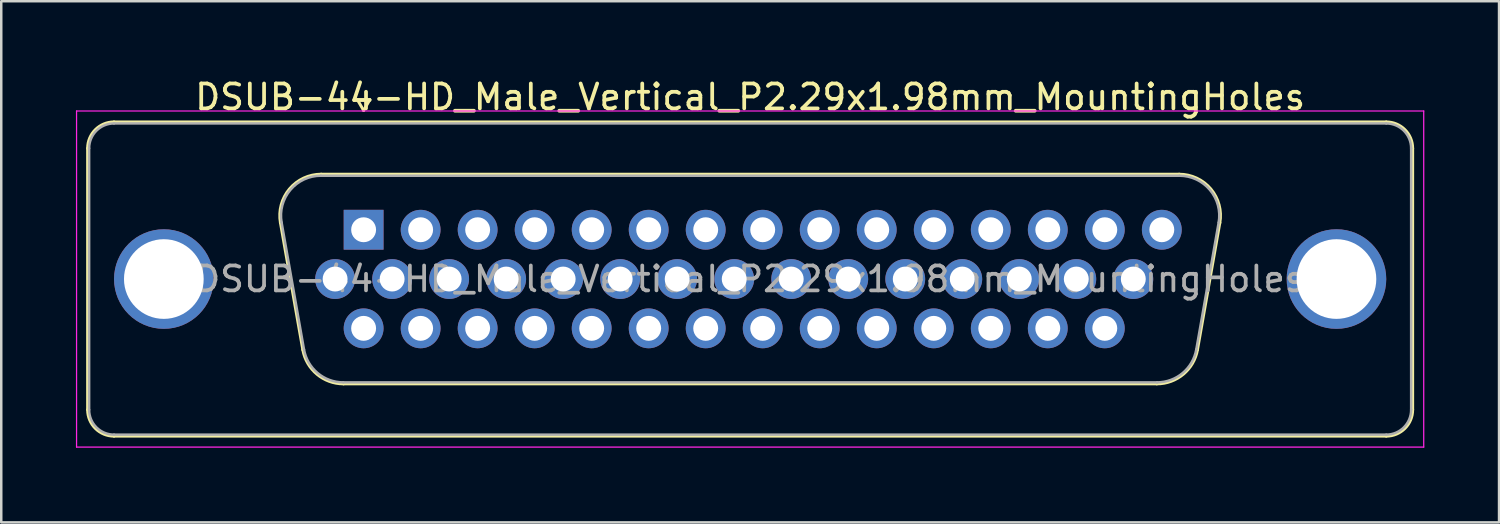
<source format=kicad_pcb>
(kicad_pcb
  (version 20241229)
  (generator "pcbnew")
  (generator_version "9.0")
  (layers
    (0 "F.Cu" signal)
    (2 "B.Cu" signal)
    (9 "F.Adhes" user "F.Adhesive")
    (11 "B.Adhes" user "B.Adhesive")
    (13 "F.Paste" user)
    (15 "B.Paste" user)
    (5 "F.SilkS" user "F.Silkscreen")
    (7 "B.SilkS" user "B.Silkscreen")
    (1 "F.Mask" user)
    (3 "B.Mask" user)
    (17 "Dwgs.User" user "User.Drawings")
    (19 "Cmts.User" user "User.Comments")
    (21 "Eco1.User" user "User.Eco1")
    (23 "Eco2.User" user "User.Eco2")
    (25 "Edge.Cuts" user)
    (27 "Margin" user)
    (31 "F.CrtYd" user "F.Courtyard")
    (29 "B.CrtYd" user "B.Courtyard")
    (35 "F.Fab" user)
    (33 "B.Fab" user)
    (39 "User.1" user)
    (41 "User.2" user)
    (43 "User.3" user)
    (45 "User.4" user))
  (footprint "DSUB-44-HD_Male_Vertical_P2.29x1.98mm_MountingHoles"
    (layer "F.Cu")
    (at 11.555 6.178)
    (property "Reference" "DSUB-44-HD_Male_Vertical_P2.29x1.98mm_MountingHoles" (at 15.525 -5.33 0) (layer "F.SilkS") (effects (font (size 1 1) (thickness 0.15))))
    (attr through_hole)
    (fp_line (start -11.085 7.23) (end -11.085 -3.27) (stroke (width 0.12) (type solid)) (layer "F.SilkS"))
    (fp_line (start -10.025 -4.33) (end 41.075 -4.33) (stroke (width 0.12) (type solid)) (layer "F.SilkS"))
    (fp_line (start -3.341 -0.282) (end -2.442 4.818) (stroke (width 0.12) (type solid)) (layer "F.SilkS"))
    (fp_line (start -1.707 -2.23) (end 32.757 -2.23) (stroke (width 0.12) (type solid)) (layer "F.SilkS"))
    (fp_line (start -0.807 6.19) (end 31.857 6.19) (stroke (width 0.12) (type solid)) (layer "F.SilkS"))
    (fp_line (start -0.25 -5.224) (end 0.25 -5.224) (stroke (width 0.12) (type solid)) (layer "F.SilkS"))
    (fp_line (start 0 -4.791) (end -0.25 -5.224) (stroke (width 0.12) (type solid)) (layer "F.SilkS"))
    (fp_line (start 0.25 -5.224) (end 0 -4.791) (stroke (width 0.12) (type solid)) (layer "F.SilkS"))
    (fp_line (start 34.391 -0.282) (end 33.492 4.818) (stroke (width 0.12) (type solid)) (layer "F.SilkS"))
    (fp_line (start 41.075 8.29) (end -10.025 8.29) (stroke (width 0.12) (type solid)) (layer "F.SilkS"))
    (fp_line (start 42.135 -3.27) (end 42.135 7.23) (stroke (width 0.12) (type solid)) (layer "F.SilkS"))
    (fp_arc (start -11.085 -3.27) (mid -10.774533 -4.019533) (end -10.025 -4.33) (stroke (width 0.12) (type solid)) (layer "F.SilkS"))
    (fp_arc (start -10.025 8.29) (mid -10.774533 7.979533) (end -11.085 7.23) (stroke (width 0.12) (type solid)) (layer "F.SilkS"))
    (fp_arc (start -3.34147 -0.281744) (mid -2.978323 -1.637027) (end -1.706689 -2.23) (stroke (width 0.12) (type solid)) (layer "F.SilkS"))
    (fp_arc (start -0.807421 6.19) (mid -1.874449 5.801634) (end -2.442202 4.818256) (stroke (width 0.12) (type solid)) (layer "F.SilkS"))
    (fp_arc (start 32.756689 -2.23) (mid 34.028323 -1.637027) (end 34.39147 -0.281744) (stroke (width 0.12) (type solid)) (layer "F.SilkS"))
    (fp_arc (start 33.492202 4.818256) (mid 32.924449 5.801634) (end 31.857421 6.19) (stroke (width 0.12) (type solid)) (layer "F.SilkS"))
    (fp_arc (start 41.075 -4.33) (mid 41.824533 -4.019533) (end 42.135 -3.27) (stroke (width 0.12) (type solid)) (layer "F.SilkS"))
    (fp_arc (start 42.135 7.23) (mid 41.824533 7.979533) (end 41.075 8.29) (stroke (width 0.12) (type solid)) (layer "F.SilkS"))
    (fp_line (start -11.53 -4.77) (end -11.53 8.73) (stroke (width 0.05) (type solid)) (layer "F.CrtYd"))
    (fp_line (start -11.53 8.73) (end 42.58 8.73) (stroke (width 0.05) (type solid)) (layer "F.CrtYd"))
    (fp_line (start 42.58 -4.77) (end -11.53 -4.77) (stroke (width 0.05) (type solid)) (layer "F.CrtYd"))
    (fp_line (start 42.58 8.73) (end 42.58 -4.77) (stroke (width 0.05) (type solid)) (layer "F.CrtYd"))
    (fp_line (start -11.025 7.23) (end -11.025 -3.27) (stroke (width 0.1) (type solid)) (layer "F.Fab"))
    (fp_line (start -10.025 -4.27) (end 41.075 -4.27) (stroke (width 0.1) (type solid)) (layer "F.Fab"))
    (fp_line (start -3.294 -0.292) (end -2.395 4.808) (stroke (width 0.1) (type solid)) (layer "F.Fab"))
    (fp_line (start -1.718 -2.17) (end 32.768 -2.17) (stroke (width 0.1) (type solid)) (layer "F.Fab"))
    (fp_line (start -0.819 6.13) (end 31.869 6.13) (stroke (width 0.1) (type solid)) (layer "F.Fab"))
    (fp_line (start 34.344 -0.292) (end 33.445 4.808) (stroke (width 0.1) (type solid)) (layer "F.Fab"))
    (fp_line (start 41.075 8.23) (end -10.025 8.23) (stroke (width 0.1) (type solid)) (layer "F.Fab"))
    (fp_line (start 42.075 -3.27) (end 42.075 7.23) (stroke (width 0.1) (type solid)) (layer "F.Fab"))
    (fp_arc (start -11.025 -3.27) (mid -10.732107 -3.977107) (end -10.025 -4.27) (stroke (width 0.1) (type solid)) (layer "F.Fab"))
    (fp_arc (start -10.025 8.23) (mid -10.732107 7.937107) (end -11.025 7.23) (stroke (width 0.1) (type solid)) (layer "F.Fab"))
    (fp_arc (start -3.293887 -0.292163) (mid -2.943865 -1.59846) (end -1.718194 -2.17) (stroke (width 0.1) (type solid)) (layer "F.Fab"))
    (fp_arc (start -0.818927 6.13) (mid -1.847387 5.755671) (end -2.394619 4.807837) (stroke (width 0.1) (type solid)) (layer "F.Fab"))
    (fp_arc (start 32.768194 -2.17) (mid 33.993865 -1.59846) (end 34.343887 -0.292163) (stroke (width 0.1) (type solid)) (layer "F.Fab"))
    (fp_arc (start 33.444619 4.807837) (mid 32.897387 5.755671) (end 31.868927 6.13) (stroke (width 0.1) (type solid)) (layer "F.Fab"))
    (fp_arc (start 41.075 -4.27) (mid 41.782107 -3.977107) (end 42.075 -3.27) (stroke (width 0.1) (type solid)) (layer "F.Fab"))
    (fp_arc (start 42.075 7.23) (mid 41.782107 7.937107) (end 41.075 8.23) (stroke (width 0.1) (type solid)) (layer "F.Fab"))
    (fp_text user "${REFERENCE}" (at 15.525 1.98 0) (layer "F.Fab") (effects (font (size 1 1) (thickness 0.15))))
    (pad "0" thru_hole circle (at -8.025 1.98) (size 4 4) (drill 3.2) (layers "*.Cu" "*.Mask"))
    (pad "0" thru_hole circle (at 39.075 1.98) (size 4 4) (drill 3.2) (layers "*.Cu" "*.Mask"))
    (pad "1" thru_hole rect (at 0 0) (size 1.6 1.6) (drill 1) (layers "*.Cu" "*.Mask"))
    (pad "2" thru_hole circle (at 2.29 0) (size 1.6 1.6) (drill 1) (layers "*.Cu" "*.Mask"))
    (pad "3" thru_hole circle (at 4.58 0) (size 1.6 1.6) (drill 1) (layers "*.Cu" "*.Mask"))
    (pad "4" thru_hole circle (at 6.87 0) (size 1.6 1.6) (drill 1) (layers "*.Cu" "*.Mask"))
    (pad "5" thru_hole circle (at 9.16 0) (size 1.6 1.6) (drill 1) (layers "*.Cu" "*.Mask"))
    (pad "6" thru_hole circle (at 11.45 0) (size 1.6 1.6) (drill 1) (layers "*.Cu" "*.Mask"))
    (pad "7" thru_hole circle (at 13.74 0) (size 1.6 1.6) (drill 1) (layers "*.Cu" "*.Mask"))
    (pad "8" thru_hole circle (at 16.03 0) (size 1.6 1.6) (drill 1) (layers "*.Cu" "*.Mask"))
    (pad "9" thru_hole circle (at 18.32 0) (size 1.6 1.6) (drill 1) (layers "*.Cu" "*.Mask"))
    (pad "10" thru_hole circle (at 20.61 0) (size 1.6 1.6) (drill 1) (layers "*.Cu" "*.Mask"))
    (pad "11" thru_hole circle (at 22.9 0) (size 1.6 1.6) (drill 1) (layers "*.Cu" "*.Mask"))
    (pad "12" thru_hole circle (at 25.19 0) (size 1.6 1.6) (drill 1) (layers "*.Cu" "*.Mask"))
    (pad "13" thru_hole circle (at 27.48 0) (size 1.6 1.6) (drill 1) (layers "*.Cu" "*.Mask"))
    (pad "14" thru_hole circle (at 29.77 0) (size 1.6 1.6) (drill 1) (layers "*.Cu" "*.Mask"))
    (pad "15" thru_hole circle (at 32.06 0) (size 1.6 1.6) (drill 1) (layers "*.Cu" "*.Mask"))
    (pad "16" thru_hole circle (at -1.145 1.98) (size 1.6 1.6) (drill 1) (layers "*.Cu" "*.Mask"))
    (pad "17" thru_hole circle (at 1.145 1.98) (size 1.6 1.6) (drill 1) (layers "*.Cu" "*.Mask"))
    (pad "18" thru_hole circle (at 3.435 1.98) (size 1.6 1.6) (drill 1) (layers "*.Cu" "*.Mask"))
    (pad "19" thru_hole circle (at 5.725 1.98) (size 1.6 1.6) (drill 1) (layers "*.Cu" "*.Mask"))
    (pad "20" thru_hole circle (at 8.015 1.98) (size 1.6 1.6) (drill 1) (layers "*.Cu" "*.Mask"))
    (pad "21" thru_hole circle (at 10.305 1.98) (size 1.6 1.6) (drill 1) (layers "*.Cu" "*.Mask"))
    (pad "22" thru_hole circle (at 12.595 1.98) (size 1.6 1.6) (drill 1) (layers "*.Cu" "*.Mask"))
    (pad "23" thru_hole circle (at 14.885 1.98) (size 1.6 1.6) (drill 1) (layers "*.Cu" "*.Mask"))
    (pad "24" thru_hole circle (at 17.175 1.98) (size 1.6 1.6) (drill 1) (layers "*.Cu" "*.Mask"))
    (pad "25" thru_hole circle (at 19.465 1.98) (size 1.6 1.6) (drill 1) (layers "*.Cu" "*.Mask"))
    (pad "26" thru_hole circle (at 21.755 1.98) (size 1.6 1.6) (drill 1) (layers "*.Cu" "*.Mask"))
    (pad "27" thru_hole circle (at 24.045 1.98) (size 1.6 1.6) (drill 1) (layers "*.Cu" "*.Mask"))
    (pad "28" thru_hole circle (at 26.335 1.98) (size 1.6 1.6) (drill 1) (layers "*.Cu" "*.Mask"))
    (pad "29" thru_hole circle (at 28.625 1.98) (size 1.6 1.6) (drill 1) (layers "*.Cu" "*.Mask"))
    (pad "30" thru_hole circle (at 30.915 1.98) (size 1.6 1.6) (drill 1) (layers "*.Cu" "*.Mask"))
    (pad "31" thru_hole circle (at 0 3.96) (size 1.6 1.6) (drill 1) (layers "*.Cu" "*.Mask"))
    (pad "32" thru_hole circle (at 2.29 3.96) (size 1.6 1.6) (drill 1) (layers "*.Cu" "*.Mask"))
    (pad "33" thru_hole circle (at 4.58 3.96) (size 1.6 1.6) (drill 1) (layers "*.Cu" "*.Mask"))
    (pad "34" thru_hole circle (at 6.87 3.96) (size 1.6 1.6) (drill 1) (layers "*.Cu" "*.Mask"))
    (pad "35" thru_hole circle (at 9.16 3.96) (size 1.6 1.6) (drill 1) (layers "*.Cu" "*.Mask"))
    (pad "36" thru_hole circle (at 11.45 3.96) (size 1.6 1.6) (drill 1) (layers "*.Cu" "*.Mask"))
    (pad "37" thru_hole circle (at 13.74 3.96) (size 1.6 1.6) (drill 1) (layers "*.Cu" "*.Mask"))
    (pad "38" thru_hole circle (at 16.03 3.96) (size 1.6 1.6) (drill 1) (layers "*.Cu" "*.Mask"))
    (pad "39" thru_hole circle (at 18.32 3.96) (size 1.6 1.6) (drill 1) (layers "*.Cu" "*.Mask"))
    (pad "40" thru_hole circle (at 20.61 3.96) (size 1.6 1.6) (drill 1) (layers "*.Cu" "*.Mask"))
    (pad "41" thru_hole circle (at 22.9 3.96) (size 1.6 1.6) (drill 1) (layers "*.Cu" "*.Mask"))
    (pad "42" thru_hole circle (at 25.19 3.96) (size 1.6 1.6) (drill 1) (layers "*.Cu" "*.Mask"))
    (pad "43" thru_hole circle (at 27.48 3.96) (size 1.6 1.6) (drill 1) (layers "*.Cu" "*.Mask"))
    (pad "44" thru_hole circle (at 29.77 3.96) (size 1.6 1.6) (drill 1) (layers "*.Cu" "*.Mask")))
  (gr_rect
    (start -3 -3)
    (end 57.16 17.933)
    (stroke (width 0.1) (type default))
    (fill no)
    (layer "Edge.Cuts")))
</source>
